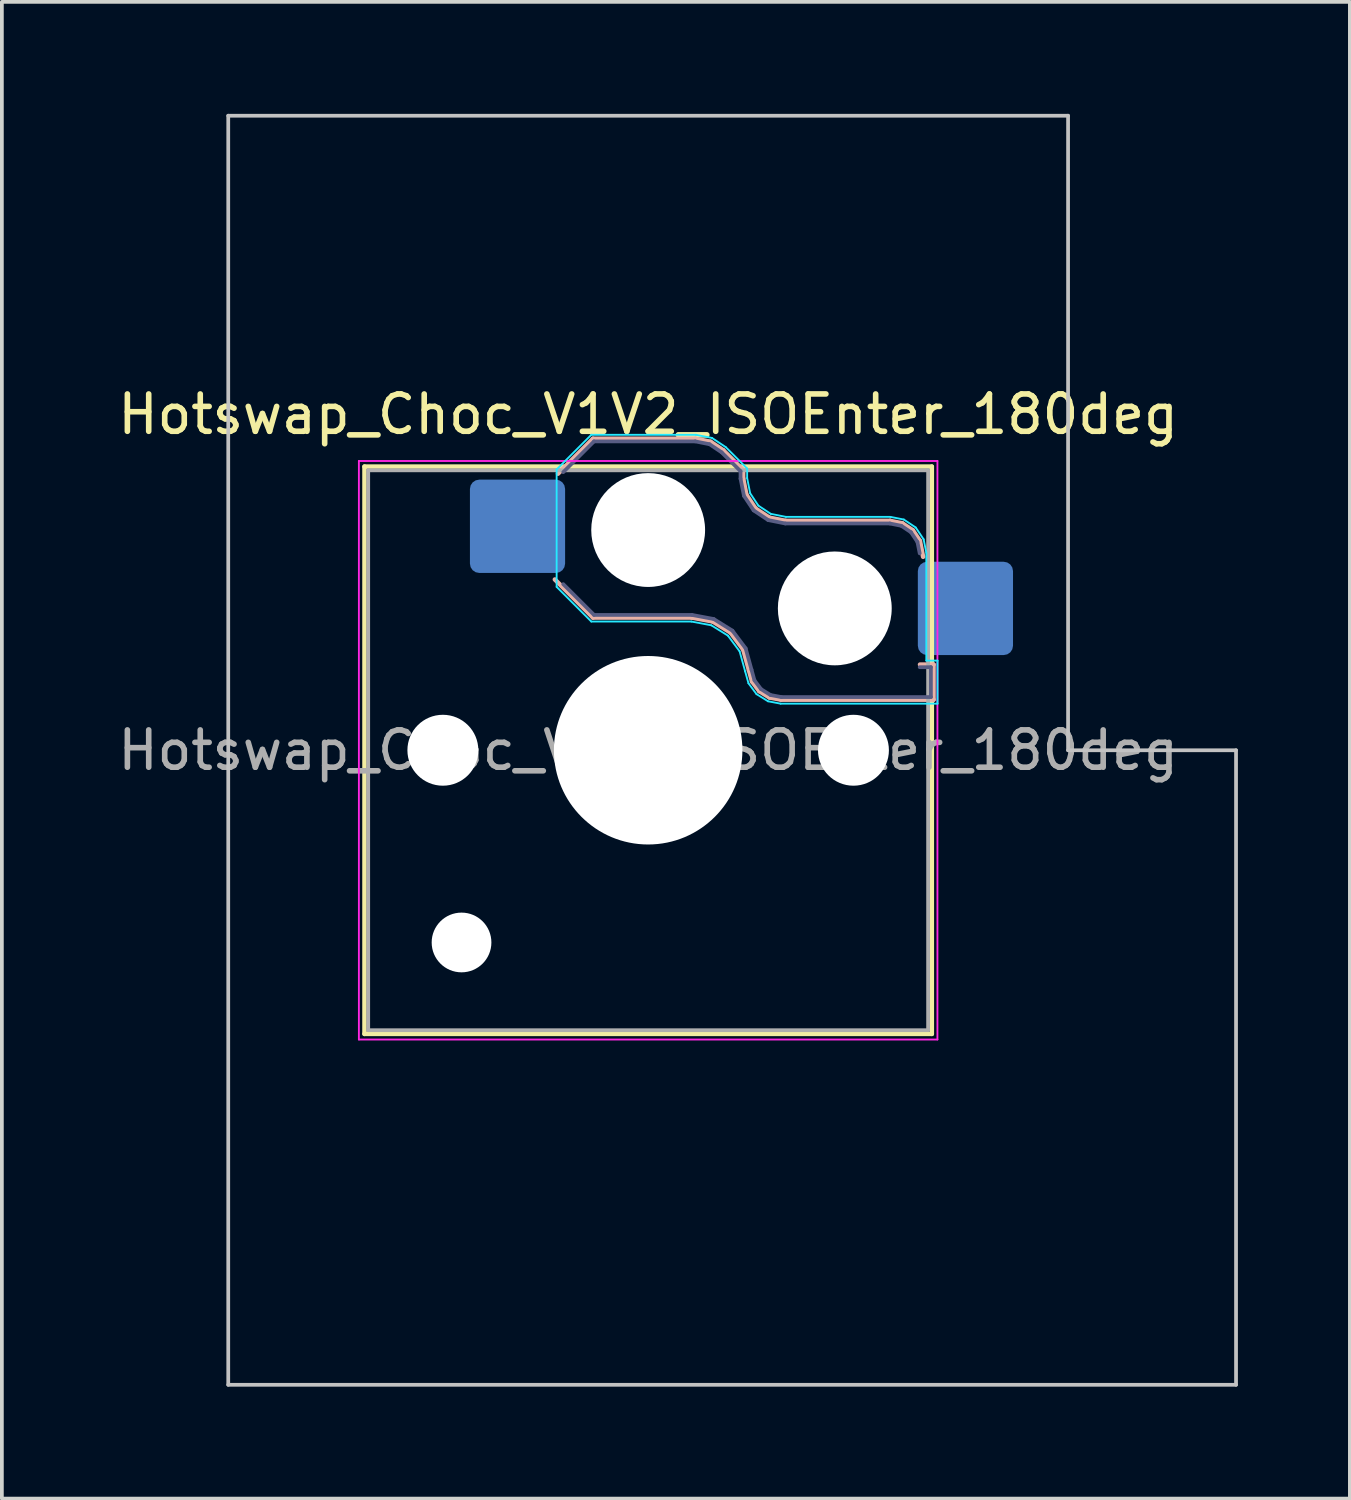
<source format=kicad_pcb>
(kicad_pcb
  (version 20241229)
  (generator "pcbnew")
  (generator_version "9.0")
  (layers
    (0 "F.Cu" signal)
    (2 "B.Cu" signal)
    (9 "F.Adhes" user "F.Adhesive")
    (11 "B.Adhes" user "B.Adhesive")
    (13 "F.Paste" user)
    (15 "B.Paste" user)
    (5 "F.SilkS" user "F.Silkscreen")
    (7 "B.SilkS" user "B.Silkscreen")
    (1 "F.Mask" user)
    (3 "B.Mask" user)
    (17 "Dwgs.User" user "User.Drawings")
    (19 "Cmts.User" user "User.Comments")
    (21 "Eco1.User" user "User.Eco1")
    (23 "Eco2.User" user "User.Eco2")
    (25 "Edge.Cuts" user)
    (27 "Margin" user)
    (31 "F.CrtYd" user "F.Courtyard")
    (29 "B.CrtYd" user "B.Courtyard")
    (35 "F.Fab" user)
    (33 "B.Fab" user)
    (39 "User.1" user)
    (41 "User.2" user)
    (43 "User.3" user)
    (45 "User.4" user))
  (footprint "Hotswap_Choc_V1V2_ISOEnter_180deg"
    (layer "F.Cu")
    (at 14.315 17.05)
    (property "Reference" "Hotswap_Choc_V1V2_ISOEnter_180deg" (at 0 -9 0) (layer "F.SilkS") (effects (font (size 1 1) (thickness 0.15))))
    (attr smd)
    (fp_line (start -7.6 -7.6) (end -7.6 7.6) (stroke (width 0.12) (type solid)) (layer "F.SilkS"))
    (fp_line (start -7.6 7.6) (end 7.6 7.6) (stroke (width 0.12) (type solid)) (layer "F.SilkS"))
    (fp_line (start 7.6 -7.6) (end -7.6 -7.6) (stroke (width 0.12) (type solid)) (layer "F.SilkS"))
    (fp_line (start 7.6 7.6) (end 7.6 -7.6) (stroke (width 0.12) (type solid)) (layer "F.SilkS"))
    (fp_line (start -2.416 -7.409) (end -1.479 -8.346) (stroke (width 0.12) (type solid)) (layer "B.SilkS"))
    (fp_line (start -1.479 -8.346) (end 1.268 -8.346) (stroke (width 0.12) (type solid)) (layer "B.SilkS"))
    (fp_line (start -1.479 -3.554) (end -2.5 -4.575) (stroke (width 0.12) (type solid)) (layer "B.SilkS"))
    (fp_line (start 1.168 -3.554) (end -1.479 -3.554) (stroke (width 0.12) (type solid)) (layer "B.SilkS"))
    (fp_line (start 1.268 -8.346) (end 1.671 -8.266) (stroke (width 0.12) (type solid)) (layer "B.SilkS"))
    (fp_line (start 1.671 -8.266) (end 2.013 -8.037) (stroke (width 0.12) (type solid)) (layer "B.SilkS"))
    (fp_line (start 1.73 -3.449) (end 1.168 -3.554) (stroke (width 0.12) (type solid)) (layer "B.SilkS"))
    (fp_line (start 2.013 -8.037) (end 2.546 -7.504) (stroke (width 0.12) (type solid)) (layer "B.SilkS"))
    (fp_line (start 2.209 -3.15) (end 1.73 -3.449) (stroke (width 0.12) (type solid)) (layer "B.SilkS"))
    (fp_line (start 2.546 -7.504) (end 2.546 -7.282) (stroke (width 0.12) (type solid)) (layer "B.SilkS"))
    (fp_line (start 2.546 -7.282) (end 2.633 -6.844) (stroke (width 0.12) (type solid)) (layer "B.SilkS"))
    (fp_line (start 2.547 -2.697) (end 2.209 -3.15) (stroke (width 0.12) (type solid)) (layer "B.SilkS"))
    (fp_line (start 2.633 -6.844) (end 2.877 -6.477) (stroke (width 0.12) (type solid)) (layer "B.SilkS"))
    (fp_line (start 2.701 -2.139) (end 2.547 -2.697) (stroke (width 0.12) (type solid)) (layer "B.SilkS"))
    (fp_line (start 2.783 -1.841) (end 2.701 -2.139) (stroke (width 0.12) (type solid)) (layer "B.SilkS"))
    (fp_line (start 2.877 -6.477) (end 3.244 -6.233) (stroke (width 0.12) (type solid)) (layer "B.SilkS"))
    (fp_line (start 2.976 -1.583) (end 2.783 -1.841) (stroke (width 0.12) (type solid)) (layer "B.SilkS"))
    (fp_line (start 3.244 -6.233) (end 3.682 -6.146) (stroke (width 0.12) (type solid)) (layer "B.SilkS"))
    (fp_line (start 3.25 -1.413) (end 2.976 -1.583) (stroke (width 0.12) (type solid)) (layer "B.SilkS"))
    (fp_line (start 3.56 -1.354) (end 3.25 -1.413) (stroke (width 0.12) (type solid)) (layer "B.SilkS"))
    (fp_line (start 3.682 -6.146) (end 6.482 -6.146) (stroke (width 0.12) (type solid)) (layer "B.SilkS"))
    (fp_line (start 6.482 -6.146) (end 6.809 -6.081) (stroke (width 0.12) (type solid)) (layer "B.SilkS"))
    (fp_line (start 6.809 -6.081) (end 7.092 -5.892) (stroke (width 0.12) (type solid)) (layer "B.SilkS"))
    (fp_line (start 7.092 -5.892) (end 7.281 -5.609) (stroke (width 0.12) (type solid)) (layer "B.SilkS"))
    (fp_line (start 7.281 -5.609) (end 7.366 -5.182) (stroke (width 0.12) (type solid)) (layer "B.SilkS"))
    (fp_line (start 7.283 -2.296) (end 7.646 -2.296) (stroke (width 0.12) (type solid)) (layer "B.SilkS"))
    (fp_line (start 7.646 -2.296) (end 7.646 -1.354) (stroke (width 0.12) (type solid)) (layer "B.SilkS"))
    (fp_line (start 7.646 -1.354) (end 3.56 -1.354) (stroke (width 0.12) (type solid)) (layer "B.SilkS"))
    (fp_line (start -11.25 -17) (end -11.25 17) (stroke (width 0.1) (type solid)) (layer "Dwgs.User"))
    (fp_line (start -11.25 17) (end 15.75 17) (stroke (width 0.1) (type solid)) (layer "Dwgs.User"))
    (fp_line (start 11.25 -17) (end -11.25 -17) (stroke (width 0.1) (type solid)) (layer "Dwgs.User"))
    (fp_line (start 11.25 0) (end 11.25 -17) (stroke (width 0.1) (type solid)) (layer "Dwgs.User"))
    (fp_line (start 15.75 0) (end 11.25 0) (stroke (width 0.1) (type solid)) (layer "Dwgs.User"))
    (fp_line (start 15.75 17) (end 15.75 0) (stroke (width 0.1) (type solid)) (layer "Dwgs.User"))
    (fp_line (start -7.25 -7.25) (end -7.25 7.25) (stroke (width 0.1) (type solid)) (layer "Eco1.User"))
    (fp_line (start -7.25 7.25) (end 7.25 7.25) (stroke (width 0.1) (type solid)) (layer "Eco1.User"))
    (fp_line (start 7.25 -7.25) (end -7.25 -7.25) (stroke (width 0.1) (type solid)) (layer "Eco1.User"))
    (fp_line (start 7.25 7.25) (end 7.25 -7.25) (stroke (width 0.1) (type solid)) (layer "Eco1.User"))
    (fp_line (start -2.452 -7.523) (end -1.523 -8.452) (stroke (width 0.05) (type solid)) (layer "B.CrtYd"))
    (fp_line (start -2.452 -4.377) (end -2.452 -7.523) (stroke (width 0.05) (type solid)) (layer "B.CrtYd"))
    (fp_line (start -1.523 -8.452) (end 1.278 -8.452) (stroke (width 0.05) (type solid)) (layer "B.CrtYd"))
    (fp_line (start -1.523 -3.448) (end -2.452 -4.377) (stroke (width 0.05) (type solid)) (layer "B.CrtYd"))
    (fp_line (start 1.159 -3.448) (end -1.523 -3.448) (stroke (width 0.05) (type solid)) (layer "B.CrtYd"))
    (fp_line (start 1.278 -8.452) (end 1.712 -8.366) (stroke (width 0.05) (type solid)) (layer "B.CrtYd"))
    (fp_line (start 1.691 -3.348) (end 1.159 -3.448) (stroke (width 0.05) (type solid)) (layer "B.CrtYd"))
    (fp_line (start 1.712 -8.366) (end 2.081 -8.119) (stroke (width 0.05) (type solid)) (layer "B.CrtYd"))
    (fp_line (start 2.081 -8.119) (end 2.652 -7.548) (stroke (width 0.05) (type solid)) (layer "B.CrtYd"))
    (fp_line (start 2.136 -3.071) (end 1.691 -3.348) (stroke (width 0.05) (type solid)) (layer "B.CrtYd"))
    (fp_line (start 2.45 -2.65) (end 2.136 -3.071) (stroke (width 0.05) (type solid)) (layer "B.CrtYd"))
    (fp_line (start 2.599 -2.111) (end 2.45 -2.65) (stroke (width 0.05) (type solid)) (layer "B.CrtYd"))
    (fp_line (start 2.652 -7.548) (end 2.652 -7.292) (stroke (width 0.05) (type solid)) (layer "B.CrtYd"))
    (fp_line (start 2.652 -7.292) (end 2.733 -6.885) (stroke (width 0.05) (type solid)) (layer "B.CrtYd"))
    (fp_line (start 2.687 -1.794) (end 2.599 -2.111) (stroke (width 0.05) (type solid)) (layer "B.CrtYd"))
    (fp_line (start 2.733 -6.885) (end 2.953 -6.553) (stroke (width 0.05) (type solid)) (layer "B.CrtYd"))
    (fp_line (start 2.903 -1.503) (end 2.687 -1.794) (stroke (width 0.05) (type solid)) (layer "B.CrtYd"))
    (fp_line (start 2.953 -6.553) (end 3.285 -6.333) (stroke (width 0.05) (type solid)) (layer "B.CrtYd"))
    (fp_line (start 3.211 -1.312) (end 2.903 -1.503) (stroke (width 0.05) (type solid)) (layer "B.CrtYd"))
    (fp_line (start 3.285 -6.333) (end 3.692 -6.252) (stroke (width 0.05) (type solid)) (layer "B.CrtYd"))
    (fp_line (start 3.55 -1.248) (end 3.211 -1.312) (stroke (width 0.05) (type solid)) (layer "B.CrtYd"))
    (fp_line (start 3.692 -6.252) (end 6.492 -6.252) (stroke (width 0.05) (type solid)) (layer "B.CrtYd"))
    (fp_line (start 6.492 -6.252) (end 6.85 -6.181) (stroke (width 0.05) (type solid)) (layer "B.CrtYd"))
    (fp_line (start 6.85 -6.181) (end 7.168 -5.968) (stroke (width 0.05) (type solid)) (layer "B.CrtYd"))
    (fp_line (start 7.168 -5.968) (end 7.381 -5.65) (stroke (width 0.05) (type solid)) (layer "B.CrtYd"))
    (fp_line (start 7.381 -5.65) (end 7.452 -5.292) (stroke (width 0.05) (type solid)) (layer "B.CrtYd"))
    (fp_line (start 7.452 -5.292) (end 7.452 -2.402) (stroke (width 0.05) (type solid)) (layer "B.CrtYd"))
    (fp_line (start 7.452 -2.402) (end 7.752 -2.402) (stroke (width 0.05) (type solid)) (layer "B.CrtYd"))
    (fp_line (start 7.752 -2.402) (end 7.752 -1.248) (stroke (width 0.05) (type solid)) (layer "B.CrtYd"))
    (fp_line (start 7.752 -1.248) (end 3.55 -1.248) (stroke (width 0.05) (type solid)) (layer "B.CrtYd"))
    (fp_line (start -7.75 -7.75) (end -7.75 7.75) (stroke (width 0.05) (type solid)) (layer "F.CrtYd"))
    (fp_line (start -7.75 7.75) (end 7.75 7.75) (stroke (width 0.05) (type solid)) (layer "F.CrtYd"))
    (fp_line (start 7.75 -7.75) (end -7.75 -7.75) (stroke (width 0.05) (type solid)) (layer "F.CrtYd"))
    (fp_line (start 7.75 7.75) (end 7.75 -7.75) (stroke (width 0.05) (type solid)) (layer "F.CrtYd"))
    (fp_line (start -2.275 -7.45) (end -1.45 -8.275) (stroke (width 0.1) (type solid)) (layer "B.Fab"))
    (fp_line (start -1.45 -8.275) (end 1.261 -8.275) (stroke (width 0.1) (type solid)) (layer "B.Fab"))
    (fp_line (start -1.45 -3.625) (end -2.275 -4.45) (stroke (width 0.1) (type solid)) (layer "B.Fab"))
    (fp_line (start 1.175 -3.625) (end -1.45 -3.625) (stroke (width 0.1) (type solid)) (layer "B.Fab"))
    (fp_line (start 1.261 -8.275) (end 1.643 -8.199) (stroke (width 0.1) (type solid)) (layer "B.Fab"))
    (fp_line (start 1.643 -8.199) (end 1.968 -7.982) (stroke (width 0.1) (type solid)) (layer "B.Fab"))
    (fp_line (start 1.756 -3.516) (end 1.175 -3.625) (stroke (width 0.1) (type solid)) (layer "B.Fab"))
    (fp_line (start 1.968 -7.982) (end 2.475 -7.475) (stroke (width 0.1) (type solid)) (layer "B.Fab"))
    (fp_line (start 2.258 -3.203) (end 1.756 -3.516) (stroke (width 0.1) (type solid)) (layer "B.Fab"))
    (fp_line (start 2.475 -7.475) (end 2.475 -7.275) (stroke (width 0.1) (type solid)) (layer "B.Fab"))
    (fp_line (start 2.475 -7.275) (end 2.566 -6.816) (stroke (width 0.1) (type solid)) (layer "B.Fab"))
    (fp_line (start 2.566 -6.816) (end 2.826 -6.426) (stroke (width 0.1) (type solid)) (layer "B.Fab"))
    (fp_line (start 2.612 -2.729) (end 2.258 -3.203) (stroke (width 0.1) (type solid)) (layer "B.Fab"))
    (fp_line (start 2.769 -2.158) (end 2.612 -2.729) (stroke (width 0.1) (type solid)) (layer "B.Fab"))
    (fp_line (start 2.826 -6.426) (end 3.216 -6.166) (stroke (width 0.1) (type solid)) (layer "B.Fab"))
    (fp_line (start 2.848 -1.873) (end 2.769 -2.158) (stroke (width 0.1) (type solid)) (layer "B.Fab"))
    (fp_line (start 3.025 -1.636) (end 2.848 -1.873) (stroke (width 0.1) (type solid)) (layer "B.Fab"))
    (fp_line (start 3.216 -6.166) (end 3.675 -6.075) (stroke (width 0.1) (type solid)) (layer "B.Fab"))
    (fp_line (start 3.276 -1.48) (end 3.025 -1.636) (stroke (width 0.1) (type solid)) (layer "B.Fab"))
    (fp_line (start 3.567 -1.425) (end 3.276 -1.48) (stroke (width 0.1) (type solid)) (layer "B.Fab"))
    (fp_line (start 3.675 -6.075) (end 6.475 -6.075) (stroke (width 0.1) (type solid)) (layer "B.Fab"))
    (fp_line (start 6.475 -6.075) (end 6.781 -6.014) (stroke (width 0.1) (type solid)) (layer "B.Fab"))
    (fp_line (start 6.781 -6.014) (end 7.041 -5.841) (stroke (width 0.1) (type solid)) (layer "B.Fab"))
    (fp_line (start 7.041 -5.841) (end 7.214 -5.581) (stroke (width 0.1) (type solid)) (layer "B.Fab"))
    (fp_line (start 7.214 -5.581) (end 7.275 -5.275) (stroke (width 0.1) (type solid)) (layer "B.Fab"))
    (fp_line (start 7.275 -2.225) (end 7.575 -2.225) (stroke (width 0.1) (type solid)) (layer "B.Fab"))
    (fp_line (start 7.575 -2.225) (end 7.575 -1.425) (stroke (width 0.1) (type solid)) (layer "B.Fab"))
    (fp_line (start 7.575 -1.425) (end 3.567 -1.425) (stroke (width 0.1) (type solid)) (layer "B.Fab"))
    (fp_line (start -7.5 -7.5) (end -7.5 7.5) (stroke (width 0.1) (type solid)) (layer "F.Fab"))
    (fp_line (start -7.5 7.5) (end 7.5 7.5) (stroke (width 0.1) (type solid)) (layer "F.Fab"))
    (fp_line (start 7.5 -7.5) (end -7.5 -7.5) (stroke (width 0.1) (type solid)) (layer "F.Fab"))
    (fp_line (start 7.5 7.5) (end 7.5 -7.5) (stroke (width 0.1) (type solid)) (layer "F.Fab"))
    (fp_text user "${REFERENCE}" (at 0 0 0) (layer "F.Fab") (effects (font (size 1 1) (thickness 0.15))))
    (pad "" np_thru_hole circle (at -5.5 0) (size 1.9 1.9) (drill 1.9) (layers "*.Cu" "*.Mask"))
    (pad "" np_thru_hole circle (at -5 5.15) (size 1.6 1.6) (drill 1.6) (layers "*.Cu" "*.Mask"))
    (pad "" np_thru_hole circle (at 0 -5.9) (size 3.05 3.05) (drill 3.05) (layers "*.Cu" "*.Mask"))
    (pad "" np_thru_hole circle (at 0 0) (size 5.05 5.05) (drill 5.05) (layers "*.Cu" "*.Mask"))
    (pad "" np_thru_hole circle (at 5 -3.8) (size 3.05 3.05) (drill 3.05) (layers "*.Cu" "*.Mask"))
    (pad "" np_thru_hole circle (at 5.5 0) (size 1.9 1.9) (drill 1.9) (layers "*.Cu" "*.Mask"))
    (pad "1" smd roundrect (at -3.5 -6) (size 2.55 2.5) (layers "B.Cu" "B.Mask" "B.Paste") (roundrect_rratio 0.1))
    (pad "2" smd roundrect (at 8.5 -3.8) (size 2.55 2.5) (layers "B.Cu" "B.Mask" "B.Paste") (roundrect_rratio 0.1)))
  (gr_rect
    (start -3 -3)
    (end 33.115 37.1)
    (stroke (width 0.1) (type default))
    (fill no)
    (layer "Edge.Cuts")))
</source>
